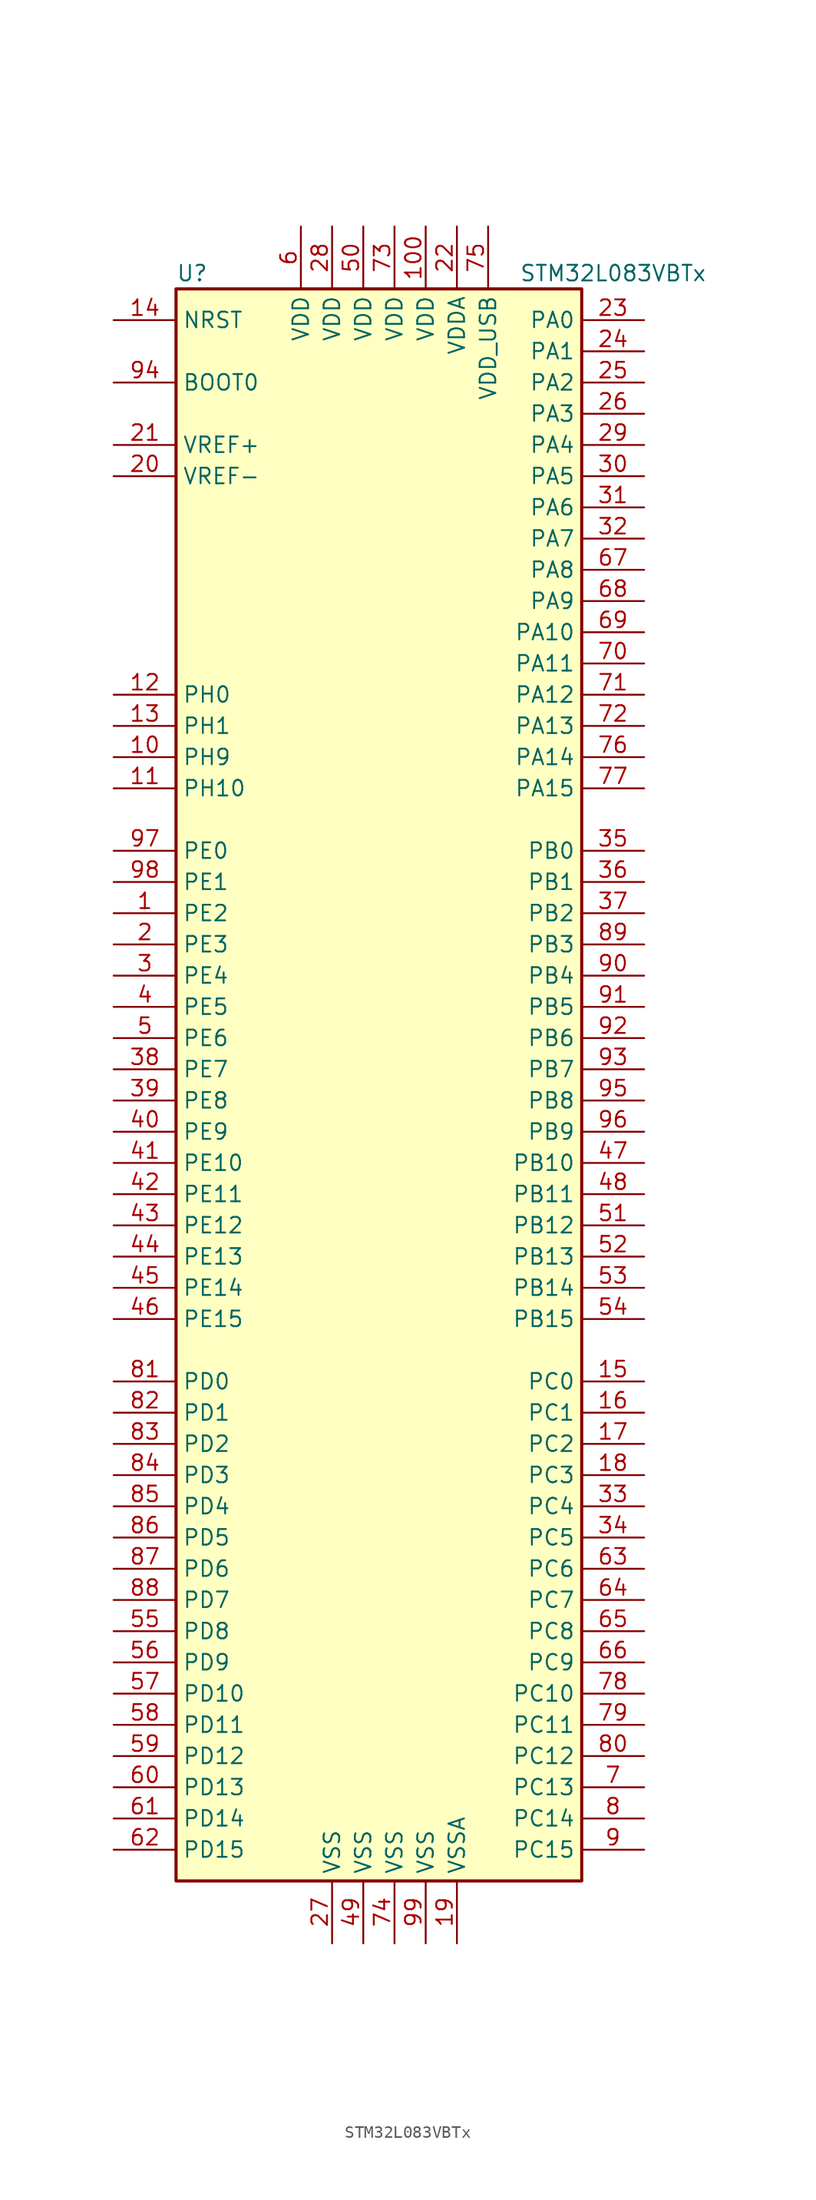
<source format=kicad_sym>
(kicad_symbol_lib
  (version 20201005)
  (generator kicad_symbol_editor)
  (symbol "STM32L083VBTx"
    (property "Reference" "U"
      (at -17.78 64.77 0)
      (effects (font (size 1.27 1.27)) (justify left)))
    (property "Value" "STM32L083VBTx"
      (at 10.16 64.77 0)
      (effects (font (size 1.27 1.27)) (justify left)))
    (symbol "STM32L083VBTx_0_1"
      (rectangle (start -17.78 -66.04) (end 15.24 63.5) (stroke (width 0.254)) (fill (type background))))
    (symbol "STM32L083VBTx_1_1"
      (pin bidirectional line (at -22.86 12.7 0) (length 5.08) (name "PE2" (effects (font (size 1.27 1.27)))) (number "1" (effects (font (size 1.27 1.27)))))
      (pin bidirectional line (at -22.86 25.4 0) (length 5.08) (name "PH9" (effects (font (size 1.27 1.27)))) (number "10" (effects (font (size 1.27 1.27)))))
      (pin power_in line (at 2.54 68.58 270) (length 5.08) (name "VDD" (effects (font (size 1.27 1.27)))) (number "100" (effects (font (size 1.27 1.27)))))
      (pin bidirectional line (at -22.86 22.86 0) (length 5.08) (name "PH10" (effects (font (size 1.27 1.27)))) (number "11" (effects (font (size 1.27 1.27)))))
      (pin input line (at -22.86 30.48 0) (length 5.08) (name "PH0" (effects (font (size 1.27 1.27)))) (number "12" (effects (font (size 1.27 1.27)))))
      (pin input line (at -22.86 27.94 0) (length 5.08) (name "PH1" (effects (font (size 1.27 1.27)))) (number "13" (effects (font (size 1.27 1.27)))))
      (pin input line (at -22.86 60.96 0) (length 5.08) (name "NRST" (effects (font (size 1.27 1.27)))) (number "14" (effects (font (size 1.27 1.27)))))
      (pin bidirectional line (at 20.32 -25.4 180) (length 5.08) (name "PC0" (effects (font (size 1.27 1.27)))) (number "15" (effects (font (size 1.27 1.27)))))
      (pin bidirectional line (at 20.32 -27.94 180) (length 5.08) (name "PC1" (effects (font (size 1.27 1.27)))) (number "16" (effects (font (size 1.27 1.27)))))
      (pin bidirectional line (at 20.32 -30.48 180) (length 5.08) (name "PC2" (effects (font (size 1.27 1.27)))) (number "17" (effects (font (size 1.27 1.27)))))
      (pin bidirectional line (at 20.32 -33.02 180) (length 5.08) (name "PC3" (effects (font (size 1.27 1.27)))) (number "18" (effects (font (size 1.27 1.27)))))
      (pin power_in line (at 5.08 -71.12 90) (length 5.08) (name "VSSA" (effects (font (size 1.27 1.27)))) (number "19" (effects (font (size 1.27 1.27)))))
      (pin bidirectional line (at -22.86 10.16 0) (length 5.08) (name "PE3" (effects (font (size 1.27 1.27)))) (number "2" (effects (font (size 1.27 1.27)))))
      (pin power_in line (at -22.86 48.26 0) (length 5.08) (name "VREF-" (effects (font (size 1.27 1.27)))) (number "20" (effects (font (size 1.27 1.27)))))
      (pin power_in line (at -22.86 50.8 0) (length 5.08) (name "VREF+" (effects (font (size 1.27 1.27)))) (number "21" (effects (font (size 1.27 1.27)))))
      (pin power_in line (at 5.08 68.58 270) (length 5.08) (name "VDDA" (effects (font (size 1.27 1.27)))) (number "22" (effects (font (size 1.27 1.27)))))
      (pin bidirectional line (at 20.32 60.96 180) (length 5.08) (name "PA0" (effects (font (size 1.27 1.27)))) (number "23" (effects (font (size 1.27 1.27)))))
      (pin bidirectional line (at 20.32 58.42 180) (length 5.08) (name "PA1" (effects (font (size 1.27 1.27)))) (number "24" (effects (font (size 1.27 1.27)))))
      (pin bidirectional line (at 20.32 55.88 180) (length 5.08) (name "PA2" (effects (font (size 1.27 1.27)))) (number "25" (effects (font (size 1.27 1.27)))))
      (pin bidirectional line (at 20.32 53.34 180) (length 5.08) (name "PA3" (effects (font (size 1.27 1.27)))) (number "26" (effects (font (size 1.27 1.27)))))
      (pin power_in line (at -5.08 -71.12 90) (length 5.08) (name "VSS" (effects (font (size 1.27 1.27)))) (number "27" (effects (font (size 1.27 1.27)))))
      (pin power_in line (at -5.08 68.58 270) (length 5.08) (name "VDD" (effects (font (size 1.27 1.27)))) (number "28" (effects (font (size 1.27 1.27)))))
      (pin bidirectional line (at 20.32 50.8 180) (length 5.08) (name "PA4" (effects (font (size 1.27 1.27)))) (number "29" (effects (font (size 1.27 1.27)))))
      (pin bidirectional line (at -22.86 7.62 0) (length 5.08) (name "PE4" (effects (font (size 1.27 1.27)))) (number "3" (effects (font (size 1.27 1.27)))))
      (pin bidirectional line (at 20.32 48.26 180) (length 5.08) (name "PA5" (effects (font (size 1.27 1.27)))) (number "30" (effects (font (size 1.27 1.27)))))
      (pin bidirectional line (at 20.32 45.72 180) (length 5.08) (name "PA6" (effects (font (size 1.27 1.27)))) (number "31" (effects (font (size 1.27 1.27)))))
      (pin bidirectional line (at 20.32 43.18 180) (length 5.08) (name "PA7" (effects (font (size 1.27 1.27)))) (number "32" (effects (font (size 1.27 1.27)))))
      (pin bidirectional line (at 20.32 -35.56 180) (length 5.08) (name "PC4" (effects (font (size 1.27 1.27)))) (number "33" (effects (font (size 1.27 1.27)))))
      (pin bidirectional line (at 20.32 -38.1 180) (length 5.08) (name "PC5" (effects (font (size 1.27 1.27)))) (number "34" (effects (font (size 1.27 1.27)))))
      (pin bidirectional line (at 20.32 17.78 180) (length 5.08) (name "PB0" (effects (font (size 1.27 1.27)))) (number "35" (effects (font (size 1.27 1.27)))))
      (pin bidirectional line (at 20.32 15.24 180) (length 5.08) (name "PB1" (effects (font (size 1.27 1.27)))) (number "36" (effects (font (size 1.27 1.27)))))
      (pin bidirectional line (at 20.32 12.7 180) (length 5.08) (name "PB2" (effects (font (size 1.27 1.27)))) (number "37" (effects (font (size 1.27 1.27)))))
      (pin bidirectional line (at -22.86 0 0) (length 5.08) (name "PE7" (effects (font (size 1.27 1.27)))) (number "38" (effects (font (size 1.27 1.27)))))
      (pin bidirectional line (at -22.86 -2.54 0) (length 5.08) (name "PE8" (effects (font (size 1.27 1.27)))) (number "39" (effects (font (size 1.27 1.27)))))
      (pin bidirectional line (at -22.86 5.08 0) (length 5.08) (name "PE5" (effects (font (size 1.27 1.27)))) (number "4" (effects (font (size 1.27 1.27)))))
      (pin bidirectional line (at -22.86 -5.08 0) (length 5.08) (name "PE9" (effects (font (size 1.27 1.27)))) (number "40" (effects (font (size 1.27 1.27)))))
      (pin bidirectional line (at -22.86 -7.62 0) (length 5.08) (name "PE10" (effects (font (size 1.27 1.27)))) (number "41" (effects (font (size 1.27 1.27)))))
      (pin bidirectional line (at -22.86 -10.16 0) (length 5.08) (name "PE11" (effects (font (size 1.27 1.27)))) (number "42" (effects (font (size 1.27 1.27)))))
      (pin bidirectional line (at -22.86 -12.7 0) (length 5.08) (name "PE12" (effects (font (size 1.27 1.27)))) (number "43" (effects (font (size 1.27 1.27)))))
      (pin bidirectional line (at -22.86 -15.24 0) (length 5.08) (name "PE13" (effects (font (size 1.27 1.27)))) (number "44" (effects (font (size 1.27 1.27)))))
      (pin bidirectional line (at -22.86 -17.78 0) (length 5.08) (name "PE14" (effects (font (size 1.27 1.27)))) (number "45" (effects (font (size 1.27 1.27)))))
      (pin bidirectional line (at -22.86 -20.32 0) (length 5.08) (name "PE15" (effects (font (size 1.27 1.27)))) (number "46" (effects (font (size 1.27 1.27)))))
      (pin bidirectional line (at 20.32 -7.62 180) (length 5.08) (name "PB10" (effects (font (size 1.27 1.27)))) (number "47" (effects (font (size 1.27 1.27)))))
      (pin bidirectional line (at 20.32 -10.16 180) (length 5.08) (name "PB11" (effects (font (size 1.27 1.27)))) (number "48" (effects (font (size 1.27 1.27)))))
      (pin power_in line (at -2.54 -71.12 90) (length 5.08) (name "VSS" (effects (font (size 1.27 1.27)))) (number "49" (effects (font (size 1.27 1.27)))))
      (pin bidirectional line (at -22.86 2.54 0) (length 5.08) (name "PE6" (effects (font (size 1.27 1.27)))) (number "5" (effects (font (size 1.27 1.27)))))
      (pin power_in line (at -2.54 68.58 270) (length 5.08) (name "VDD" (effects (font (size 1.27 1.27)))) (number "50" (effects (font (size 1.27 1.27)))))
      (pin bidirectional line (at 20.32 -12.7 180) (length 5.08) (name "PB12" (effects (font (size 1.27 1.27)))) (number "51" (effects (font (size 1.27 1.27)))))
      (pin bidirectional line (at 20.32 -15.24 180) (length 5.08) (name "PB13" (effects (font (size 1.27 1.27)))) (number "52" (effects (font (size 1.27 1.27)))))
      (pin bidirectional line (at 20.32 -17.78 180) (length 5.08) (name "PB14" (effects (font (size 1.27 1.27)))) (number "53" (effects (font (size 1.27 1.27)))))
      (pin bidirectional line (at 20.32 -20.32 180) (length 5.08) (name "PB15" (effects (font (size 1.27 1.27)))) (number "54" (effects (font (size 1.27 1.27)))))
      (pin bidirectional line (at -22.86 -45.72 0) (length 5.08) (name "PD8" (effects (font (size 1.27 1.27)))) (number "55" (effects (font (size 1.27 1.27)))))
      (pin bidirectional line (at -22.86 -48.26 0) (length 5.08) (name "PD9" (effects (font (size 1.27 1.27)))) (number "56" (effects (font (size 1.27 1.27)))))
      (pin bidirectional line (at -22.86 -50.8 0) (length 5.08) (name "PD10" (effects (font (size 1.27 1.27)))) (number "57" (effects (font (size 1.27 1.27)))))
      (pin bidirectional line (at -22.86 -53.34 0) (length 5.08) (name "PD11" (effects (font (size 1.27 1.27)))) (number "58" (effects (font (size 1.27 1.27)))))
      (pin bidirectional line (at -22.86 -55.88 0) (length 5.08) (name "PD12" (effects (font (size 1.27 1.27)))) (number "59" (effects (font (size 1.27 1.27)))))
      (pin power_in line (at -7.62 68.58 270) (length 5.08) (name "VDD" (effects (font (size 1.27 1.27)))) (number "6" (effects (font (size 1.27 1.27)))))
      (pin bidirectional line (at -22.86 -58.42 0) (length 5.08) (name "PD13" (effects (font (size 1.27 1.27)))) (number "60" (effects (font (size 1.27 1.27)))))
      (pin bidirectional line (at -22.86 -60.96 0) (length 5.08) (name "PD14" (effects (font (size 1.27 1.27)))) (number "61" (effects (font (size 1.27 1.27)))))
      (pin bidirectional line (at -22.86 -63.5 0) (length 5.08) (name "PD15" (effects (font (size 1.27 1.27)))) (number "62" (effects (font (size 1.27 1.27)))))
      (pin bidirectional line (at 20.32 -40.64 180) (length 5.08) (name "PC6" (effects (font (size 1.27 1.27)))) (number "63" (effects (font (size 1.27 1.27)))))
      (pin bidirectional line (at 20.32 -43.18 180) (length 5.08) (name "PC7" (effects (font (size 1.27 1.27)))) (number "64" (effects (font (size 1.27 1.27)))))
      (pin bidirectional line (at 20.32 -45.72 180) (length 5.08) (name "PC8" (effects (font (size 1.27 1.27)))) (number "65" (effects (font (size 1.27 1.27)))))
      (pin bidirectional line (at 20.32 -48.26 180) (length 5.08) (name "PC9" (effects (font (size 1.27 1.27)))) (number "66" (effects (font (size 1.27 1.27)))))
      (pin bidirectional line (at 20.32 40.64 180) (length 5.08) (name "PA8" (effects (font (size 1.27 1.27)))) (number "67" (effects (font (size 1.27 1.27)))))
      (pin bidirectional line (at 20.32 38.1 180) (length 5.08) (name "PA9" (effects (font (size 1.27 1.27)))) (number "68" (effects (font (size 1.27 1.27)))))
      (pin bidirectional line (at 20.32 35.56 180) (length 5.08) (name "PA10" (effects (font (size 1.27 1.27)))) (number "69" (effects (font (size 1.27 1.27)))))
      (pin bidirectional line (at 20.32 -58.42 180) (length 5.08) (name "PC13" (effects (font (size 1.27 1.27)))) (number "7" (effects (font (size 1.27 1.27)))))
      (pin bidirectional line (at 20.32 33.02 180) (length 5.08) (name "PA11" (effects (font (size 1.27 1.27)))) (number "70" (effects (font (size 1.27 1.27)))))
      (pin bidirectional line (at 20.32 30.48 180) (length 5.08) (name "PA12" (effects (font (size 1.27 1.27)))) (number "71" (effects (font (size 1.27 1.27)))))
      (pin bidirectional line (at 20.32 27.94 180) (length 5.08) (name "PA13" (effects (font (size 1.27 1.27)))) (number "72" (effects (font (size 1.27 1.27)))))
      (pin power_in line (at 0 68.58 270) (length 5.08) (name "VDD" (effects (font (size 1.27 1.27)))) (number "73" (effects (font (size 1.27 1.27)))))
      (pin power_in line (at 0 -71.12 90) (length 5.08) (name "VSS" (effects (font (size 1.27 1.27)))) (number "74" (effects (font (size 1.27 1.27)))))
      (pin power_in line (at 7.62 68.58 270) (length 5.08) (name "VDD_USB" (effects (font (size 1.27 1.27)))) (number "75" (effects (font (size 1.27 1.27)))))
      (pin bidirectional line (at 20.32 25.4 180) (length 5.08) (name "PA14" (effects (font (size 1.27 1.27)))) (number "76" (effects (font (size 1.27 1.27)))))
      (pin bidirectional line (at 20.32 22.86 180) (length 5.08) (name "PA15" (effects (font (size 1.27 1.27)))) (number "77" (effects (font (size 1.27 1.27)))))
      (pin bidirectional line (at 20.32 -50.8 180) (length 5.08) (name "PC10" (effects (font (size 1.27 1.27)))) (number "78" (effects (font (size 1.27 1.27)))))
      (pin bidirectional line (at 20.32 -53.34 180) (length 5.08) (name "PC11" (effects (font (size 1.27 1.27)))) (number "79" (effects (font (size 1.27 1.27)))))
      (pin bidirectional line (at 20.32 -60.96 180) (length 5.08) (name "PC14" (effects (font (size 1.27 1.27)))) (number "8" (effects (font (size 1.27 1.27)))))
      (pin bidirectional line (at 20.32 -55.88 180) (length 5.08) (name "PC12" (effects (font (size 1.27 1.27)))) (number "80" (effects (font (size 1.27 1.27)))))
      (pin bidirectional line (at -22.86 -25.4 0) (length 5.08) (name "PD0" (effects (font (size 1.27 1.27)))) (number "81" (effects (font (size 1.27 1.27)))))
      (pin bidirectional line (at -22.86 -27.94 0) (length 5.08) (name "PD1" (effects (font (size 1.27 1.27)))) (number "82" (effects (font (size 1.27 1.27)))))
      (pin bidirectional line (at -22.86 -30.48 0) (length 5.08) (name "PD2" (effects (font (size 1.27 1.27)))) (number "83" (effects (font (size 1.27 1.27)))))
      (pin bidirectional line (at -22.86 -33.02 0) (length 5.08) (name "PD3" (effects (font (size 1.27 1.27)))) (number "84" (effects (font (size 1.27 1.27)))))
      (pin bidirectional line (at -22.86 -35.56 0) (length 5.08) (name "PD4" (effects (font (size 1.27 1.27)))) (number "85" (effects (font (size 1.27 1.27)))))
      (pin bidirectional line (at -22.86 -38.1 0) (length 5.08) (name "PD5" (effects (font (size 1.27 1.27)))) (number "86" (effects (font (size 1.27 1.27)))))
      (pin bidirectional line (at -22.86 -40.64 0) (length 5.08) (name "PD6" (effects (font (size 1.27 1.27)))) (number "87" (effects (font (size 1.27 1.27)))))
      (pin bidirectional line (at -22.86 -43.18 0) (length 5.08) (name "PD7" (effects (font (size 1.27 1.27)))) (number "88" (effects (font (size 1.27 1.27)))))
      (pin bidirectional line (at 20.32 10.16 180) (length 5.08) (name "PB3" (effects (font (size 1.27 1.27)))) (number "89" (effects (font (size 1.27 1.27)))))
      (pin bidirectional line (at 20.32 -63.5 180) (length 5.08) (name "PC15" (effects (font (size 1.27 1.27)))) (number "9" (effects (font (size 1.27 1.27)))))
      (pin bidirectional line (at 20.32 7.62 180) (length 5.08) (name "PB4" (effects (font (size 1.27 1.27)))) (number "90" (effects (font (size 1.27 1.27)))))
      (pin bidirectional line (at 20.32 5.08 180) (length 5.08) (name "PB5" (effects (font (size 1.27 1.27)))) (number "91" (effects (font (size 1.27 1.27)))))
      (pin bidirectional line (at 20.32 2.54 180) (length 5.08) (name "PB6" (effects (font (size 1.27 1.27)))) (number "92" (effects (font (size 1.27 1.27)))))
      (pin bidirectional line (at 20.32 0 180) (length 5.08) (name "PB7" (effects (font (size 1.27 1.27)))) (number "93" (effects (font (size 1.27 1.27)))))
      (pin input line (at -22.86 55.88 0) (length 5.08) (name "BOOT0" (effects (font (size 1.27 1.27)))) (number "94" (effects (font (size 1.27 1.27)))))
      (pin bidirectional line (at 20.32 -2.54 180) (length 5.08) (name "PB8" (effects (font (size 1.27 1.27)))) (number "95" (effects (font (size 1.27 1.27)))))
      (pin bidirectional line (at 20.32 -5.08 180) (length 5.08) (name "PB9" (effects (font (size 1.27 1.27)))) (number "96" (effects (font (size 1.27 1.27)))))
      (pin bidirectional line (at -22.86 17.78 0) (length 5.08) (name "PE0" (effects (font (size 1.27 1.27)))) (number "97" (effects (font (size 1.27 1.27)))))
      (pin bidirectional line (at -22.86 15.24 0) (length 5.08) (name "PE1" (effects (font (size 1.27 1.27)))) (number "98" (effects (font (size 1.27 1.27)))))
      (pin power_in line (at 2.54 -71.12 90) (length 5.08) (name "VSS" (effects (font (size 1.27 1.27)))) (number "99" (effects (font (size 1.27 1.27))))))))
</source>
